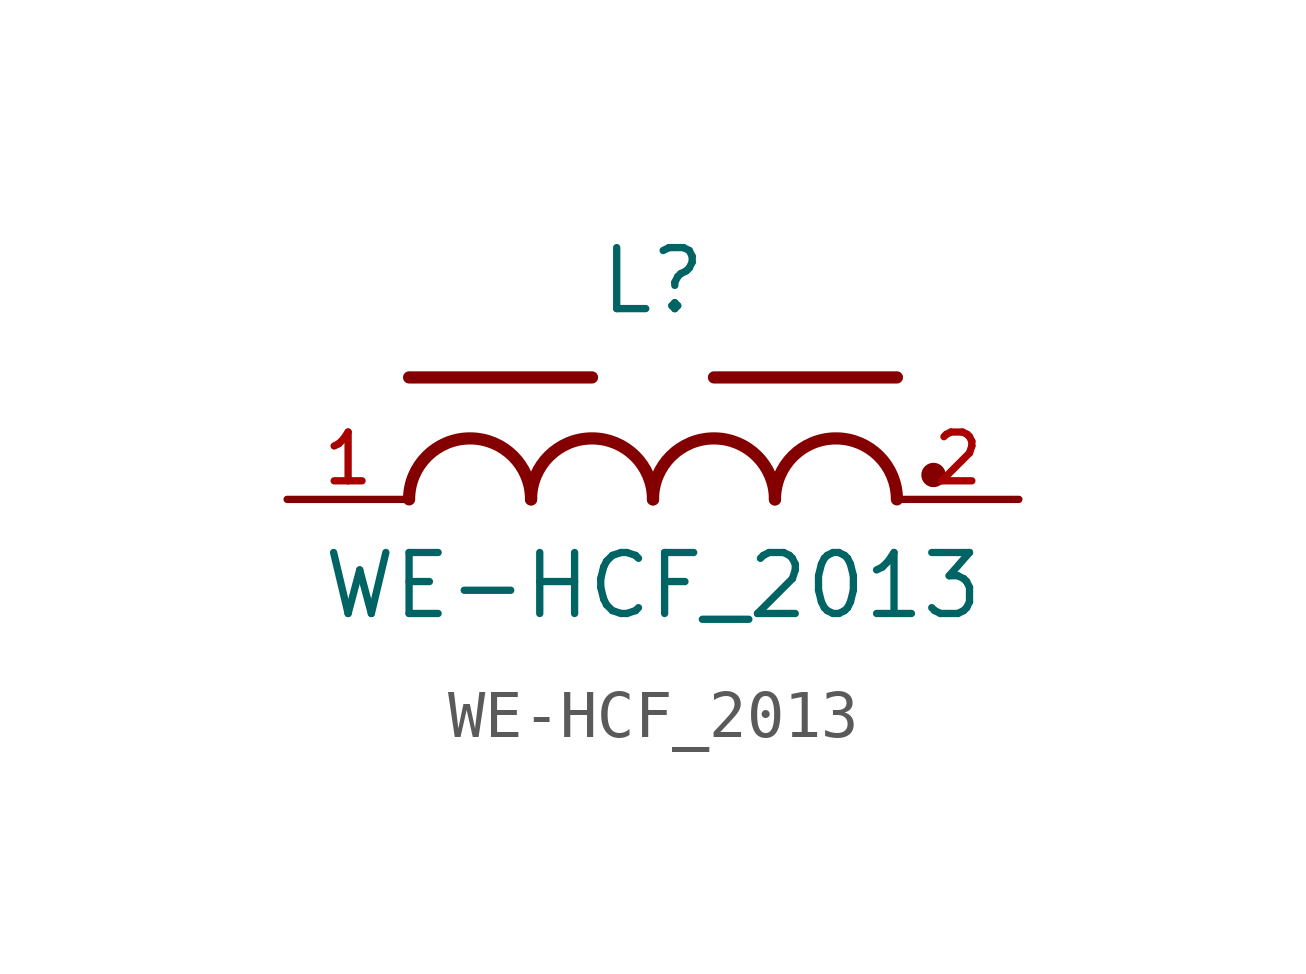
<source format=kicad_sym>
(kicad_symbol_lib
  (version 20211014)
  (generator kicad_symbol_editor)
  (symbol "WE-HCF_2013"
    (pin_names
      (offset 1.016))
    (property "Reference" "L"
      (at 0.0 3.81 0)
      (effects (font (size 1.27 1.27)) (justify bottom)))
    (property "Value" "WE-HCF_2013"
      (at 0.0 -2.54 0)
      (effects (font (size 1.27 1.27)) (justify bottom)))
    (symbol "WE-HCF_2013_0_0"
      (arc (start -2.54 0.0) (mid -3.81 1.27) (end -5.08 0.0) (stroke (width 0.254) (type default) (color 0 0 0 0)) (fill (type none)))
      (arc (start 0.0 0.0) (mid -1.27 1.27) (end -2.54 0.0) (stroke (width 0.254) (type default) (color 0 0 0 0)) (fill (type none)))
      (arc (start 2.54 0.0) (mid 1.27 1.27) (end 0.0 0.0) (stroke (width 0.254) (type default) (color 0 0 0 0)) (fill (type none)))
      (arc (start 5.08 0.0) (mid 3.81 1.27) (end 2.54 0.0) (stroke (width 0.254) (type default) (color 0 0 0 0)) (fill (type none)))
      (polyline (pts (xy -5.08 2.54) (xy -1.27 2.54)) (stroke (width 0.254)))
      (polyline (pts (xy 1.27 2.54) (xy 5.08 2.54)) (stroke (width 0.254)))
      (circle (center 5.842 0.508) (radius 0.127) (stroke (width 0.254)) (fill (type none)))
      (pin passive line (at -7.62 0.0 0) (length 2.54) (name "~" (effects (font (size 1.016 1.016)))) (number "1" (effects (font (size 1.016 1.016)))))
      (pin passive line (at 7.62 0.0 180.0) (length 2.54) (name "~" (effects (font (size 1.016 1.016)))) (number "2" (effects (font (size 1.016 1.016))))))))
</source>
